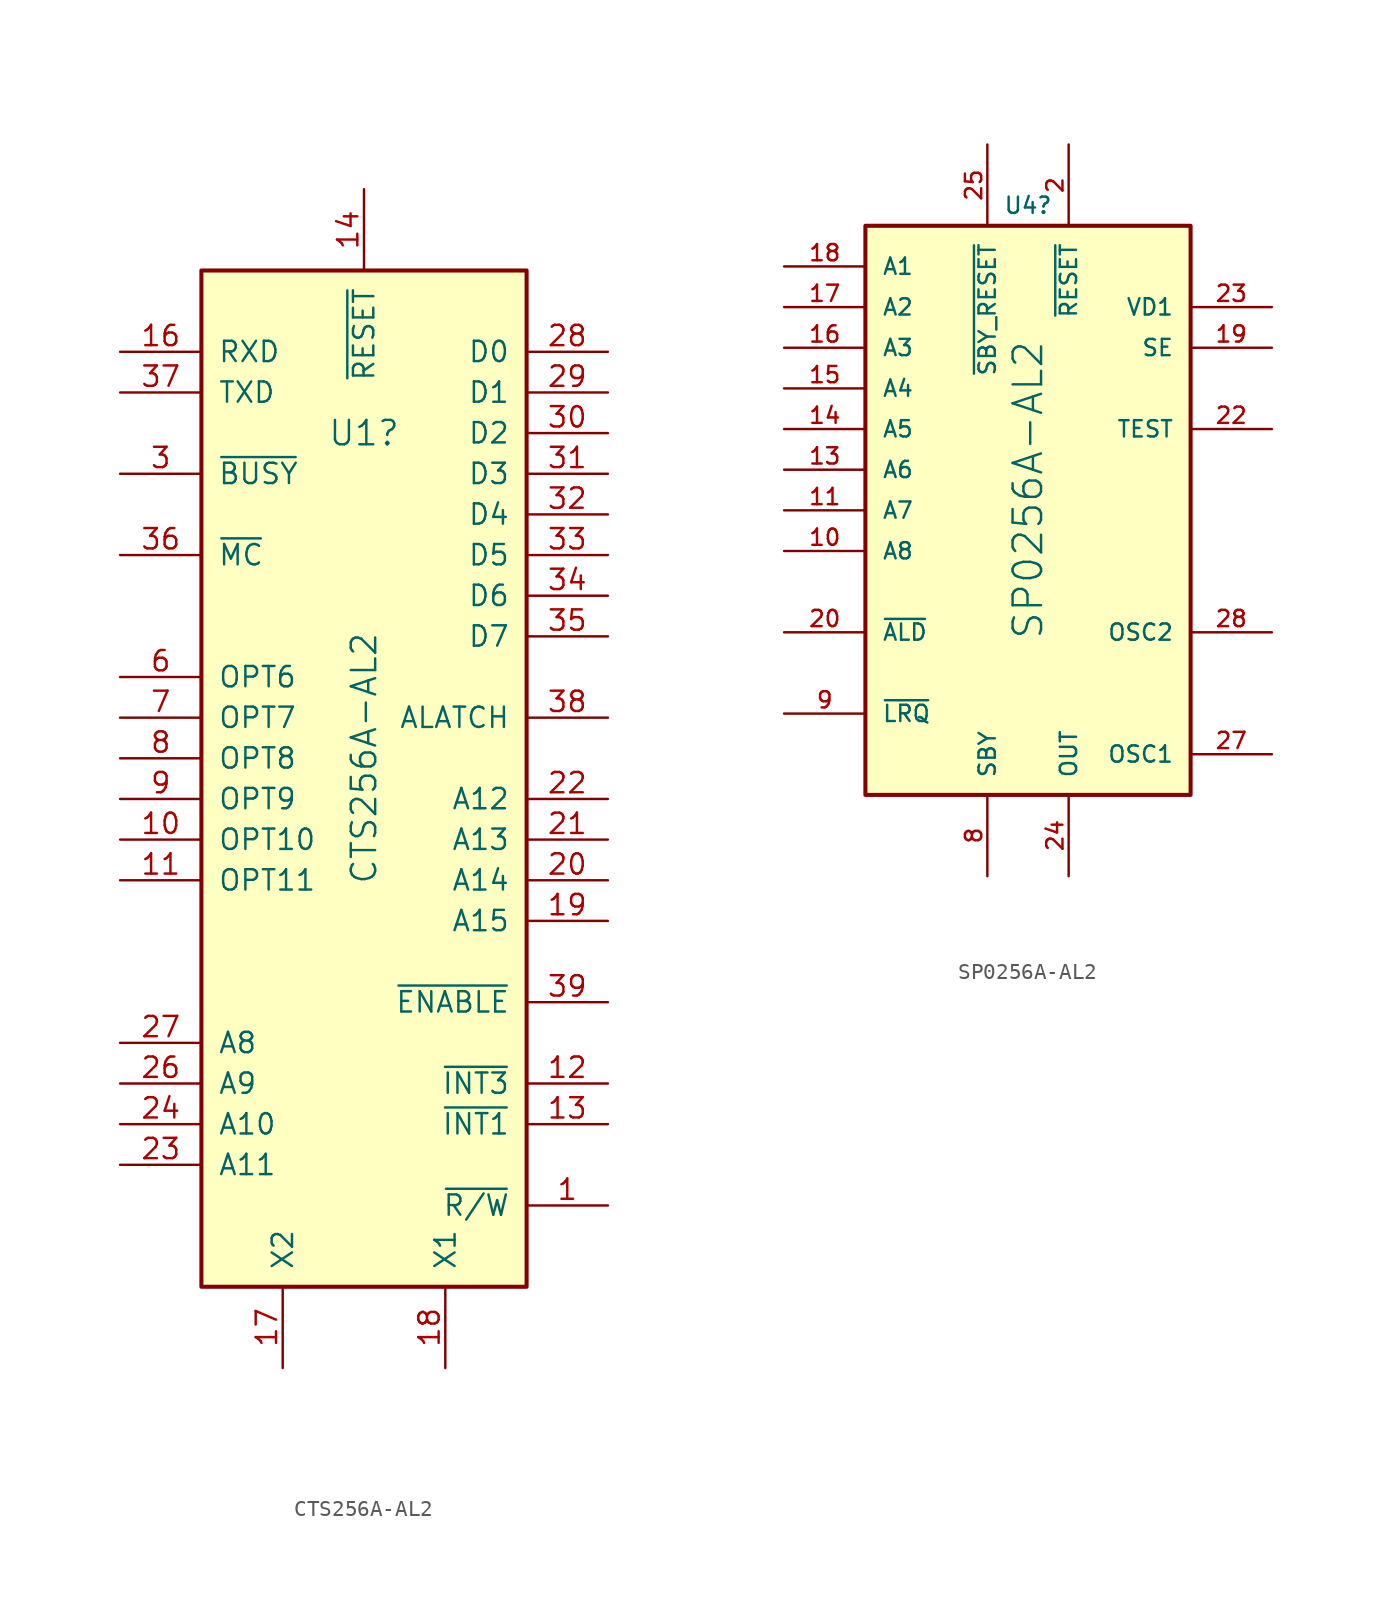
<source format=kicad_sym>
(kicad_symbol_lib
  (version 20211014)
  (generator kicad_symbol_editor)
  (symbol "CTS256A-AL2"
    (pin_names
      (offset 1.016))
    (property "Reference" "U1"
      (at 0 20.32 0)
      (effects (font (size 1.524 1.524))))
    (property "Value" "CTS256A-AL2"
      (at 0 0 90)
      (effects (font (size 1.524 1.524))))
    (symbol "CTS256A-AL2_0_1"
      (rectangle (start -10.16 30.48) (end 10.16 -33.02) (stroke (width 0.254) (type default) (color 0 0 0 0)) (fill (type background))))
    (symbol "CTS256A-AL2_1_1"
      (pin output line (at 15.24 -27.94 180) (length 5.08) (name "~{R/W}" (effects (font (size 1.27 1.27)))) (number "1" (effects (font (size 1.27 1.27)))))
      (pin input line (at -15.24 -5.08 0) (length 5.08) (name "OPT10" (effects (font (size 1.27 1.27)))) (number "10" (effects (font (size 1.27 1.27)))))
      (pin input line (at -15.24 -7.62 0) (length 5.08) (name "OPT11" (effects (font (size 1.27 1.27)))) (number "11" (effects (font (size 1.27 1.27)))))
      (pin input line (at 15.24 -20.32 180) (length 5.08) (name "~{INT3}" (effects (font (size 1.27 1.27)))) (number "12" (effects (font (size 1.27 1.27)))))
      (pin input line (at 15.24 -22.86 180) (length 5.08) (name "~{INT1}" (effects (font (size 1.27 1.27)))) (number "13" (effects (font (size 1.27 1.27)))))
      (pin input line (at 0 35.56 270) (length 5.08) (name "~{RESET}" (effects (font (size 1.27 1.27)))) (number "14" (effects (font (size 1.27 1.27)))))
      (pin no_connect line (at -12.7 -27.94 0) (length 2.54) hide (name "NC" (effects (font (size 1.27 1.27)))) (number "15" (effects (font (size 1.27 1.27)))))
      (pin input line (at -15.24 25.4 0) (length 5.08) (name "RXD" (effects (font (size 1.27 1.27)))) (number "16" (effects (font (size 1.27 1.27)))))
      (pin passive line (at -5.08 -38.1 90) (length 5.08) (name "X2" (effects (font (size 1.27 1.27)))) (number "17" (effects (font (size 1.27 1.27)))))
      (pin passive line (at 5.08 -38.1 90) (length 5.08) (name "X1" (effects (font (size 1.27 1.27)))) (number "18" (effects (font (size 1.27 1.27)))))
      (pin output line (at 15.24 -10.16 180) (length 5.08) (name "A15" (effects (font (size 1.27 1.27)))) (number "19" (effects (font (size 1.27 1.27)))))
      (pin no_connect line (at -12.7 -10.16 0) (length 2.54) hide (name "NC" (effects (font (size 1.27 1.27)))) (number "2" (effects (font (size 1.27 1.27)))))
      (pin output line (at 15.24 -7.62 180) (length 5.08) (name "A14" (effects (font (size 1.27 1.27)))) (number "20" (effects (font (size 1.27 1.27)))))
      (pin output line (at 15.24 -5.08 180) (length 5.08) (name "A13" (effects (font (size 1.27 1.27)))) (number "21" (effects (font (size 1.27 1.27)))))
      (pin output line (at 15.24 -2.54 180) (length 5.08) (name "A12" (effects (font (size 1.27 1.27)))) (number "22" (effects (font (size 1.27 1.27)))))
      (pin output line (at -15.24 -25.4 0) (length 5.08) (name "A11" (effects (font (size 1.27 1.27)))) (number "23" (effects (font (size 1.27 1.27)))))
      (pin output line (at -15.24 -22.86 0) (length 5.08) (name "A10" (effects (font (size 1.27 1.27)))) (number "24" (effects (font (size 1.27 1.27)))))
      (pin power_in line (at -5.08 30.48 270) (length 0) hide (name "VDD" (effects (font (size 1.27 1.27)))) (number "25" (effects (font (size 1.27 1.27)))))
      (pin output line (at -15.24 -20.32 0) (length 5.08) (name "A9" (effects (font (size 1.27 1.27)))) (number "26" (effects (font (size 1.27 1.27)))))
      (pin output line (at -15.24 -17.78 0) (length 5.08) (name "A8" (effects (font (size 1.27 1.27)))) (number "27" (effects (font (size 1.27 1.27)))))
      (pin bidirectional line (at 15.24 25.4 180) (length 5.08) (name "D0" (effects (font (size 1.27 1.27)))) (number "28" (effects (font (size 1.27 1.27)))))
      (pin bidirectional line (at 15.24 22.86 180) (length 5.08) (name "D1" (effects (font (size 1.27 1.27)))) (number "29" (effects (font (size 1.27 1.27)))))
      (pin output line (at -15.24 17.78 0) (length 5.08) (name "~{BUSY}" (effects (font (size 1.27 1.27)))) (number "3" (effects (font (size 1.27 1.27)))))
      (pin bidirectional line (at 15.24 20.32 180) (length 5.08) (name "D2" (effects (font (size 1.27 1.27)))) (number "30" (effects (font (size 1.27 1.27)))))
      (pin bidirectional line (at 15.24 17.78 180) (length 5.08) (name "D3" (effects (font (size 1.27 1.27)))) (number "31" (effects (font (size 1.27 1.27)))))
      (pin bidirectional line (at 15.24 15.24 180) (length 5.08) (name "D4" (effects (font (size 1.27 1.27)))) (number "32" (effects (font (size 1.27 1.27)))))
      (pin bidirectional line (at 15.24 12.7 180) (length 5.08) (name "D5" (effects (font (size 1.27 1.27)))) (number "33" (effects (font (size 1.27 1.27)))))
      (pin bidirectional line (at 15.24 10.16 180) (length 5.08) (name "D6" (effects (font (size 1.27 1.27)))) (number "34" (effects (font (size 1.27 1.27)))))
      (pin bidirectional line (at 15.24 7.62 180) (length 5.08) (name "D7" (effects (font (size 1.27 1.27)))) (number "35" (effects (font (size 1.27 1.27)))))
      (pin input line (at -15.24 12.7 0) (length 5.08) (name "~{MC}" (effects (font (size 1.27 1.27)))) (number "36" (effects (font (size 1.27 1.27)))))
      (pin output line (at -15.24 22.86 0) (length 5.08) (name "TXD" (effects (font (size 1.27 1.27)))) (number "37" (effects (font (size 1.27 1.27)))))
      (pin output line (at 15.24 2.54 180) (length 5.08) (name "ALATCH" (effects (font (size 1.27 1.27)))) (number "38" (effects (font (size 1.27 1.27)))))
      (pin output line (at 15.24 -15.24 180) (length 5.08) (name "~{ENABLE}" (effects (font (size 1.27 1.27)))) (number "39" (effects (font (size 1.27 1.27)))))
      (pin no_connect line (at -12.7 -12.7 0) (length 2.54) hide (name "NC" (effects (font (size 1.27 1.27)))) (number "4" (effects (font (size 1.27 1.27)))))
      (pin power_in line (at -10.16 15.24 0) (length 0) hide (name "VSS" (effects (font (size 1.27 1.27)))) (number "40" (effects (font (size 1.27 1.27)))))
      (pin no_connect line (at -12.7 -15.24 0) (length 2.54) hide (name "NC" (effects (font (size 1.27 1.27)))) (number "5" (effects (font (size 1.27 1.27)))))
      (pin input line (at -15.24 5.08 0) (length 5.08) (name "OPT6" (effects (font (size 1.27 1.27)))) (number "6" (effects (font (size 1.27 1.27)))))
      (pin input line (at -15.24 2.54 0) (length 5.08) (name "OPT7" (effects (font (size 1.27 1.27)))) (number "7" (effects (font (size 1.27 1.27)))))
      (pin input line (at -15.24 0 0) (length 5.08) (name "OPT8" (effects (font (size 1.27 1.27)))) (number "8" (effects (font (size 1.27 1.27)))))
      (pin input line (at -15.24 -2.54 0) (length 5.08) (name "OPT9" (effects (font (size 1.27 1.27)))) (number "9" (effects (font (size 1.27 1.27)))))))
  (symbol "SP0256A-AL2"
    (pin_names
      (offset 1.016))
    (property "Reference" "U4"
      (at 0 19.05 0)
      (effects (font (size 1.016 1.016))))
    (property "Value" "SP0256A-AL2"
      (at 0 1.27 90)
      (effects (font (size 1.778 1.778))))
    (property "Datasheet" ""
      (at 0 -5.08 0)
      (effects (font (size 1.524 1.524))))
    (symbol "SP0256A-AL2_0_0"
      (pin input line (at -15.24 -2.54 0) (length 5.08) (name "A8" (effects (font (size 1.016 1.016)))) (number "10" (effects (font (size 1.016 1.016)))))
      (pin input line (at -15.24 0 0) (length 5.08) (name "A7" (effects (font (size 1.016 1.016)))) (number "11" (effects (font (size 1.016 1.016)))))
      (pin passive line (at 15.24 10.16 180) (length 5.08) (name "SE" (effects (font (size 1.016 1.016)))) (number "19" (effects (font (size 1.016 1.016)))))
      (pin passive line (at 15.24 12.7 180) (length 5.08) (name "VD1" (effects (font (size 1.016 1.016)))) (number "23" (effects (font (size 1.016 1.016)))))
      (pin output line (at 2.54 -22.86 90) (length 5.08) (name "OUT" (effects (font (size 1.016 1.016)))) (number "24" (effects (font (size 1.016 1.016)))))
      (pin passive line (at 15.24 -15.24 180) (length 5.08) (name "OSC1" (effects (font (size 1.016 1.016)))) (number "27" (effects (font (size 1.016 1.016)))))
      (pin passive line (at 15.24 -7.62 180) (length 5.08) (name "OSC2" (effects (font (size 1.016 1.016)))) (number "28" (effects (font (size 1.016 1.016))))))
    (symbol "SP0256A-AL2_0_1"
      (rectangle (start -10.16 17.78) (end 10.16 -17.78) (stroke (width 0.254) (type default) (color 0 0 0 0)) (fill (type background))))
    (symbol "SP0256A-AL2_1_0"
      (pin power_in line (at 10.16 2.54 180) (length 0) hide (name "VSS" (effects (font (size 1.016 1.016)))) (number "1" (effects (font (size 1.016 1.016)))))
      (pin input line (at 2.54 22.86 270) (length 5.08) (name "~{RESET}" (effects (font (size 1.016 1.016)))) (number "2" (effects (font (size 1.016 1.016)))))
      (pin passive line (at 15.24 5.08 180) (length 5.08) (name "TEST" (effects (font (size 1.016 1.016)))) (number "22" (effects (font (size 1.016 1.016)))))
      (pin input line (at -2.54 22.86 270) (length 5.08) (name "~{SBY_RESET}" (effects (font (size 1.016 1.016)))) (number "25" (effects (font (size 1.016 1.016)))))
      (pin power_in line (at 10.16 15.24 180) (length 0) hide (name "VDD" (effects (font (size 1.016 1.016)))) (number "7" (effects (font (size 1.016 1.016)))))
      (pin passive line (at -2.54 -22.86 90) (length 5.08) (name "SBY" (effects (font (size 1.016 1.016)))) (number "8" (effects (font (size 1.016 1.016))))))
    (symbol "SP0256A-AL2_1_1"
      (pin no_connect line (at 1.27 -3.81 0) (length 2.54) hide (name "NC" (effects (font (size 1.27 1.27)))) (number "12" (effects (font (size 1.27 1.27)))))
      (pin input line (at -15.24 2.54 0) (length 5.08) (name "A6" (effects (font (size 1.016 1.016)))) (number "13" (effects (font (size 1.016 1.016)))))
      (pin input line (at -15.24 5.08 0) (length 5.08) (name "A5" (effects (font (size 1.016 1.016)))) (number "14" (effects (font (size 1.016 1.016)))))
      (pin input line (at -15.24 7.62 0) (length 5.08) (name "A4" (effects (font (size 1.016 1.016)))) (number "15" (effects (font (size 1.016 1.016)))))
      (pin input line (at -15.24 10.16 0) (length 5.08) (name "A3" (effects (font (size 1.016 1.016)))) (number "16" (effects (font (size 1.016 1.016)))))
      (pin input line (at -15.24 12.7 0) (length 5.08) (name "A2" (effects (font (size 1.016 1.016)))) (number "17" (effects (font (size 1.016 1.016)))))
      (pin input line (at -15.24 15.24 0) (length 5.08) (name "A1" (effects (font (size 1.016 1.016)))) (number "18" (effects (font (size 1.016 1.016)))))
      (pin input line (at -15.24 -7.62 0) (length 5.08) (name "~{ALD}" (effects (font (size 1.016 1.016)))) (number "20" (effects (font (size 1.016 1.016)))))
      (pin no_connect line (at 1.27 -6.35 0) (length 2.54) hide (name "NC" (effects (font (size 1.27 1.27)))) (number "21" (effects (font (size 1.27 1.27)))))
      (pin no_connect line (at 1.27 -8.89 0) (length 2.54) hide (name "NC" (effects (font (size 1.27 1.27)))) (number "26" (effects (font (size 1.27 1.27)))))
      (pin no_connect line (at 1.27 6.35 0) (length 2.54) hide (name "NC" (effects (font (size 1.27 1.27)))) (number "3" (effects (font (size 1.27 1.27)))))
      (pin no_connect line (at 1.27 3.81 0) (length 2.54) hide (name "NC" (effects (font (size 1.27 1.27)))) (number "4" (effects (font (size 1.27 1.27)))))
      (pin no_connect line (at 1.27 1.27 0) (length 2.54) hide (name "NC" (effects (font (size 1.27 1.27)))) (number "5" (effects (font (size 1.27 1.27)))))
      (pin no_connect line (at 1.27 -1.27 0) (length 2.54) hide (name "NC" (effects (font (size 1.27 1.27)))) (number "6" (effects (font (size 1.27 1.27)))))
      (pin output line (at -15.24 -12.7 0) (length 5.08) (name "~{LRQ}" (effects (font (size 1.016 1.016)))) (number "9" (effects (font (size 1.016 1.016))))))))
</source>
